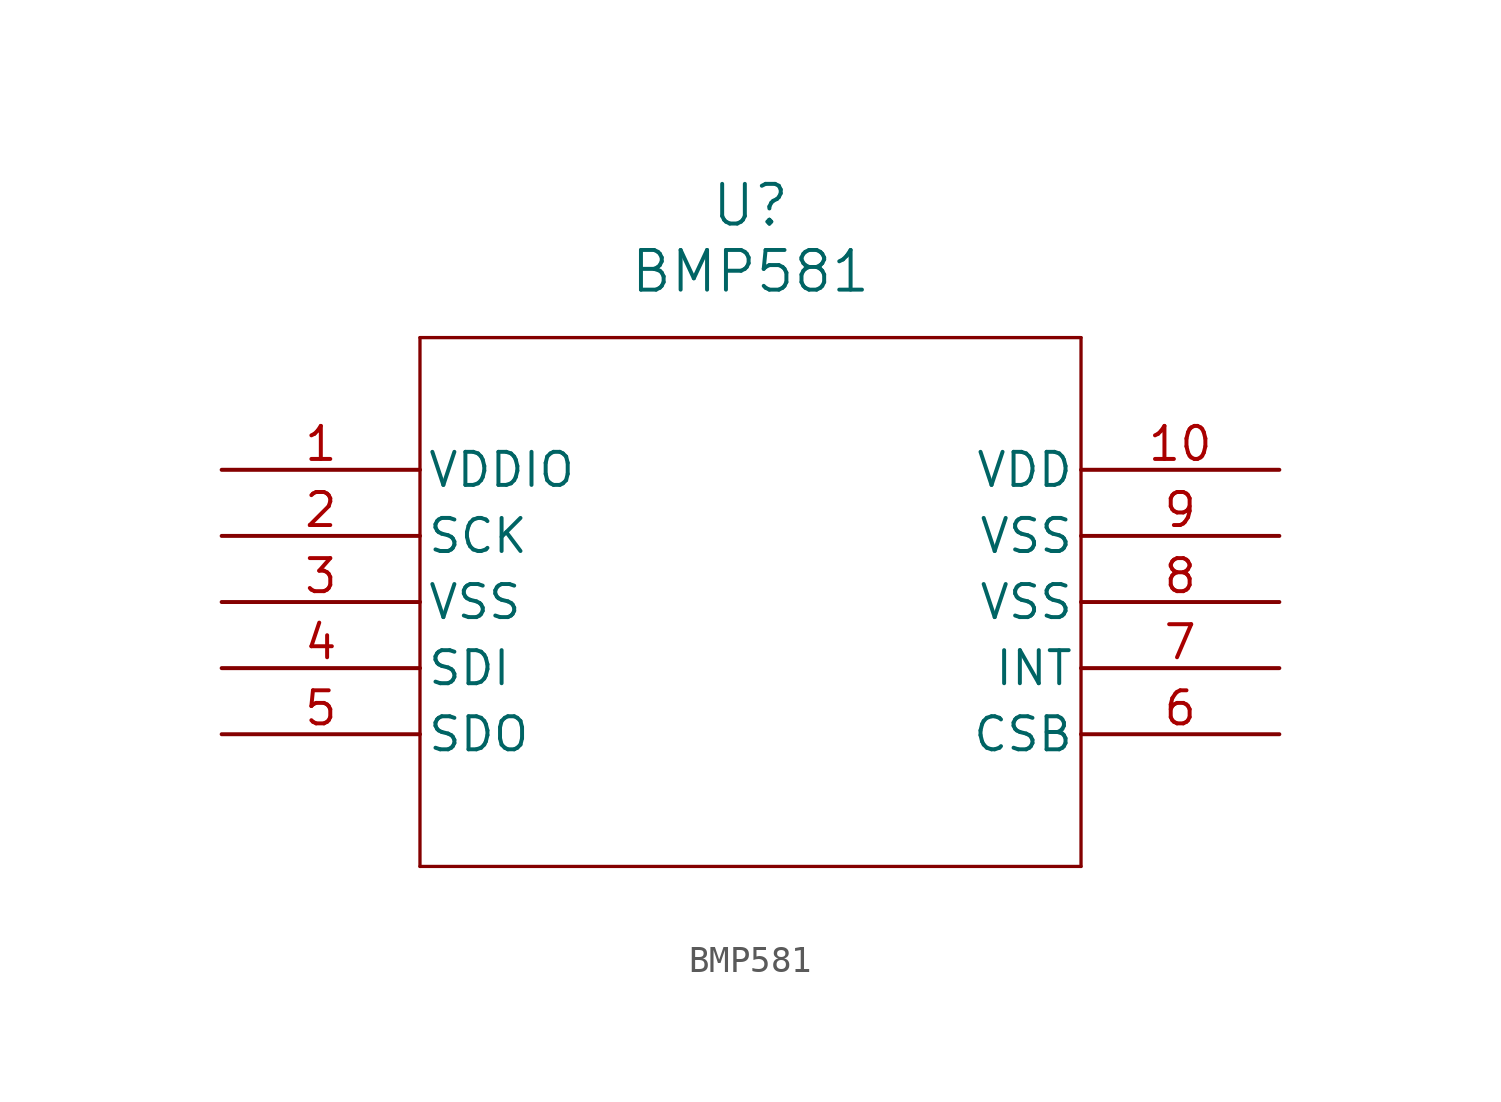
<source format=kicad_sym>
(kicad_symbol_lib
  (version 20211014)
  (generator kicad_symbol_editor)
  (symbol "BMP581"
    (pin_names
      (offset 0.254))
    (property "Reference" "U"
      (at 20.32 10.16 0)
      (effects (font (size 1.524 1.524))))
    (property "Value" "BMP581"
      (at 20.32 7.62 0)
      (effects (font (size 1.524 1.524))))
    (symbol "BMP581_0_1"
      (polyline (pts (xy 7.62 5.08) (xy 7.62 -15.24)) (stroke (width 0.127) (type default) (color 0 0 0 0)) (fill (type none)))
      (polyline (pts (xy 7.62 -15.24) (xy 33.02 -15.24)) (stroke (width 0.127) (type default) (color 0 0 0 0)) (fill (type none)))
      (polyline (pts (xy 33.02 -15.24) (xy 33.02 5.08)) (stroke (width 0.127) (type default) (color 0 0 0 0)) (fill (type none)))
      (polyline (pts (xy 33.02 5.08) (xy 7.62 5.08)) (stroke (width 0.127) (type default) (color 0 0 0 0)) (fill (type none)))
      (pin passive line (at 0 0 0) (length 7.62) (name "VDDIO" (effects (font (size 1.27 1.27)))) (number "1" (effects (font (size 1.27 1.27)))))
      (pin passive line (at 0 -2.54 0) (length 7.62) (name "SCK" (effects (font (size 1.27 1.27)))) (number "2" (effects (font (size 1.27 1.27)))))
      (pin passive line (at 0 -5.08 0) (length 7.62) (name "VSS" (effects (font (size 1.27 1.27)))) (number "3" (effects (font (size 1.27 1.27)))))
      (pin passive line (at 0 -7.62 0) (length 7.62) (name "SDI" (effects (font (size 1.27 1.27)))) (number "4" (effects (font (size 1.27 1.27)))))
      (pin passive line (at 0 -10.16 0) (length 7.62) (name "SDO" (effects (font (size 1.27 1.27)))) (number "5" (effects (font (size 1.27 1.27)))))
      (pin passive line (at 40.64 -10.16 180) (length 7.62) (name "CSB" (effects (font (size 1.27 1.27)))) (number "6" (effects (font (size 1.27 1.27)))))
      (pin input line (at 40.64 -7.62 180) (length 7.62) (name "INT" (effects (font (size 1.27 1.27)))) (number "7" (effects (font (size 1.27 1.27)))))
      (pin passive line (at 40.64 -5.08 180) (length 7.62) (name "VSS" (effects (font (size 1.27 1.27)))) (number "8" (effects (font (size 1.27 1.27)))))
      (pin passive line (at 40.64 -2.54 180) (length 7.62) (name "VSS" (effects (font (size 1.27 1.27)))) (number "9" (effects (font (size 1.27 1.27)))))
      (pin passive line (at 40.64 0 180) (length 7.62) (name "VDD" (effects (font (size 1.27 1.27)))) (number "10" (effects (font (size 1.27 1.27))))))))
</source>
